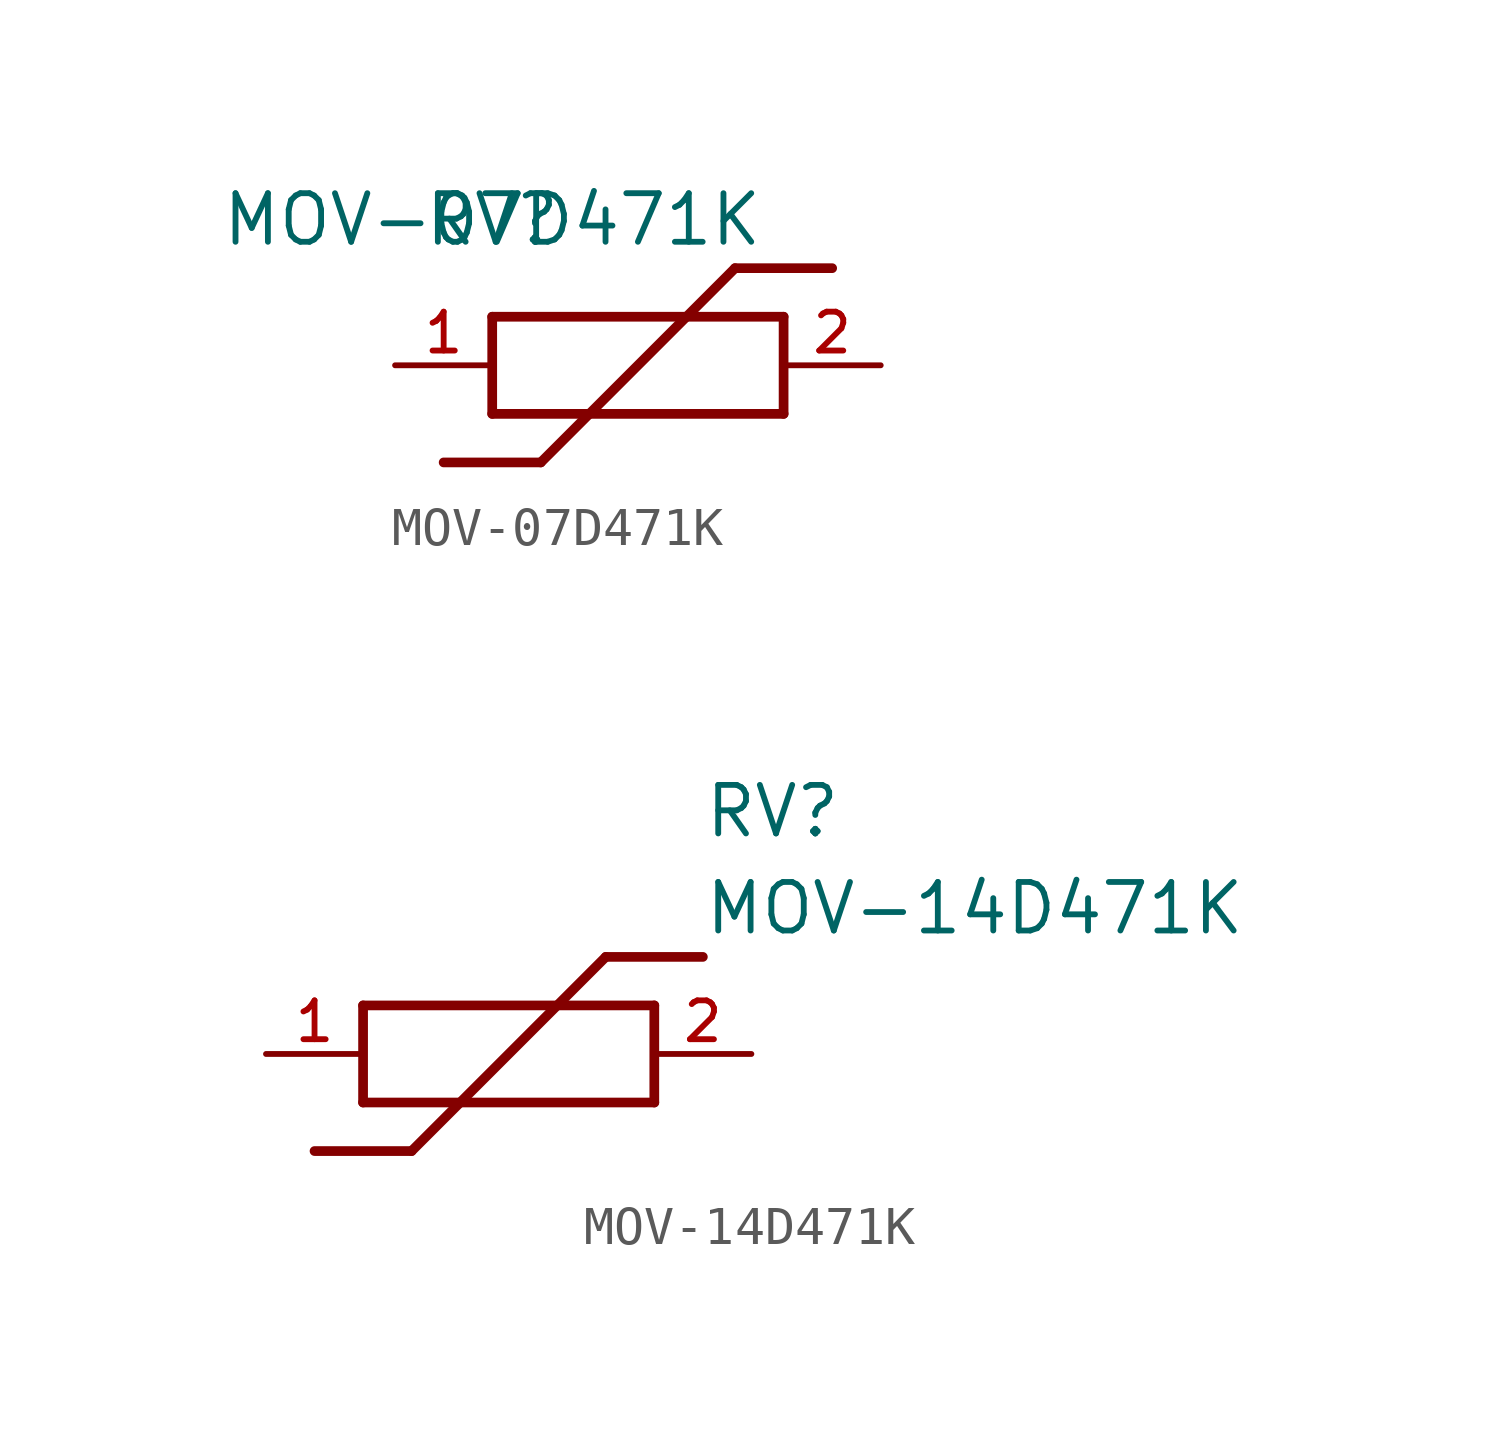
<source format=kicad_sym>
(kicad_symbol_lib
  (version 20220914)
  (generator kicad_symbol_editor)
  (symbol "MOV-07D471K"
    (property "Reference" "RV"
      (at 0 0 0)
      (effects (font (size 1.27 1.27))))
    (property "Value" "MOV-07D471K"
      (at 0 0 0)
      (effects (font (size 1.27 1.27))))
    (symbol "MOV-07D471K_0_0"
      (polyline (pts (xy -1.27 -6.35) (xy 1.27 -6.35)) (stroke (width 0.254) (type default)) (fill (type none)))
      (polyline (pts (xy 0 -2.54) (xy 0 -5.08)) (stroke (width 0.254) (type default)) (fill (type none)))
      (polyline (pts (xy 0 -2.54) (xy 7.62 -2.54)) (stroke (width 0.254) (type default)) (fill (type none)))
      (polyline (pts (xy 6.35 -1.27) (xy 1.27 -6.35)) (stroke (width 0.254) (type default)) (fill (type none)))
      (polyline (pts (xy 6.35 -1.27) (xy 8.89 -1.27)) (stroke (width 0.254) (type default)) (fill (type none)))
      (polyline (pts (xy 7.62 -5.08) (xy 0 -5.08)) (stroke (width 0.254) (type default)) (fill (type none)))
      (polyline (pts (xy 7.62 -5.08) (xy 7.62 -2.54)) (stroke (width 0.254) (type default)) (fill (type none)))
      (pin bidirectional line (at -2.54 -3.81 0) (length 2.54) (name "~" (effects (font (size 1.016 1.016)))) (number "1" (effects (font (size 1.016 1.016)))))
      (pin bidirectional line (at 10.16 -3.81 180) (length 2.54) (name "~" (effects (font (size 1.016 1.016)))) (number "2" (effects (font (size 1.016 1.016)))))))
  (symbol "MOV-14D471K"
    (pin_names
      (offset 1.016))
    (property "Reference" "RV"
      (at 11.43 6.35 0)
      (effects (font (size 1.27 1.27)) (justify left)))
    (property "Value" "MOV-14D471K"
      (at 11.43 3.81 0)
      (effects (font (size 1.27 1.27)) (justify left)))
    (symbol "MOV-14D471K_0_0"
      (polyline (pts (xy 1.27 -2.54) (xy 3.81 -2.54)) (stroke (width 0.254) (type default)) (fill (type none)))
      (polyline (pts (xy 2.54 1.27) (xy 2.54 -1.27)) (stroke (width 0.254) (type default)) (fill (type none)))
      (polyline (pts (xy 2.54 1.27) (xy 10.16 1.27)) (stroke (width 0.254) (type default)) (fill (type none)))
      (polyline (pts (xy 8.89 2.54) (xy 3.81 -2.54)) (stroke (width 0.254) (type default)) (fill (type none)))
      (polyline (pts (xy 8.89 2.54) (xy 11.43 2.54)) (stroke (width 0.254) (type default)) (fill (type none)))
      (polyline (pts (xy 10.16 -1.27) (xy 2.54 -1.27)) (stroke (width 0.254) (type default)) (fill (type none)))
      (polyline (pts (xy 10.16 -1.27) (xy 10.16 1.27)) (stroke (width 0.254) (type default)) (fill (type none)))
      (pin bidirectional line (at 0 0 0) (length 2.54) (name "~" (effects (font (size 1.016 1.016)))) (number "1" (effects (font (size 1.016 1.016)))))
      (pin bidirectional line (at 12.7 0 180) (length 2.54) (name "~" (effects (font (size 1.016 1.016)))) (number "2" (effects (font (size 1.016 1.016))))))))
</source>
